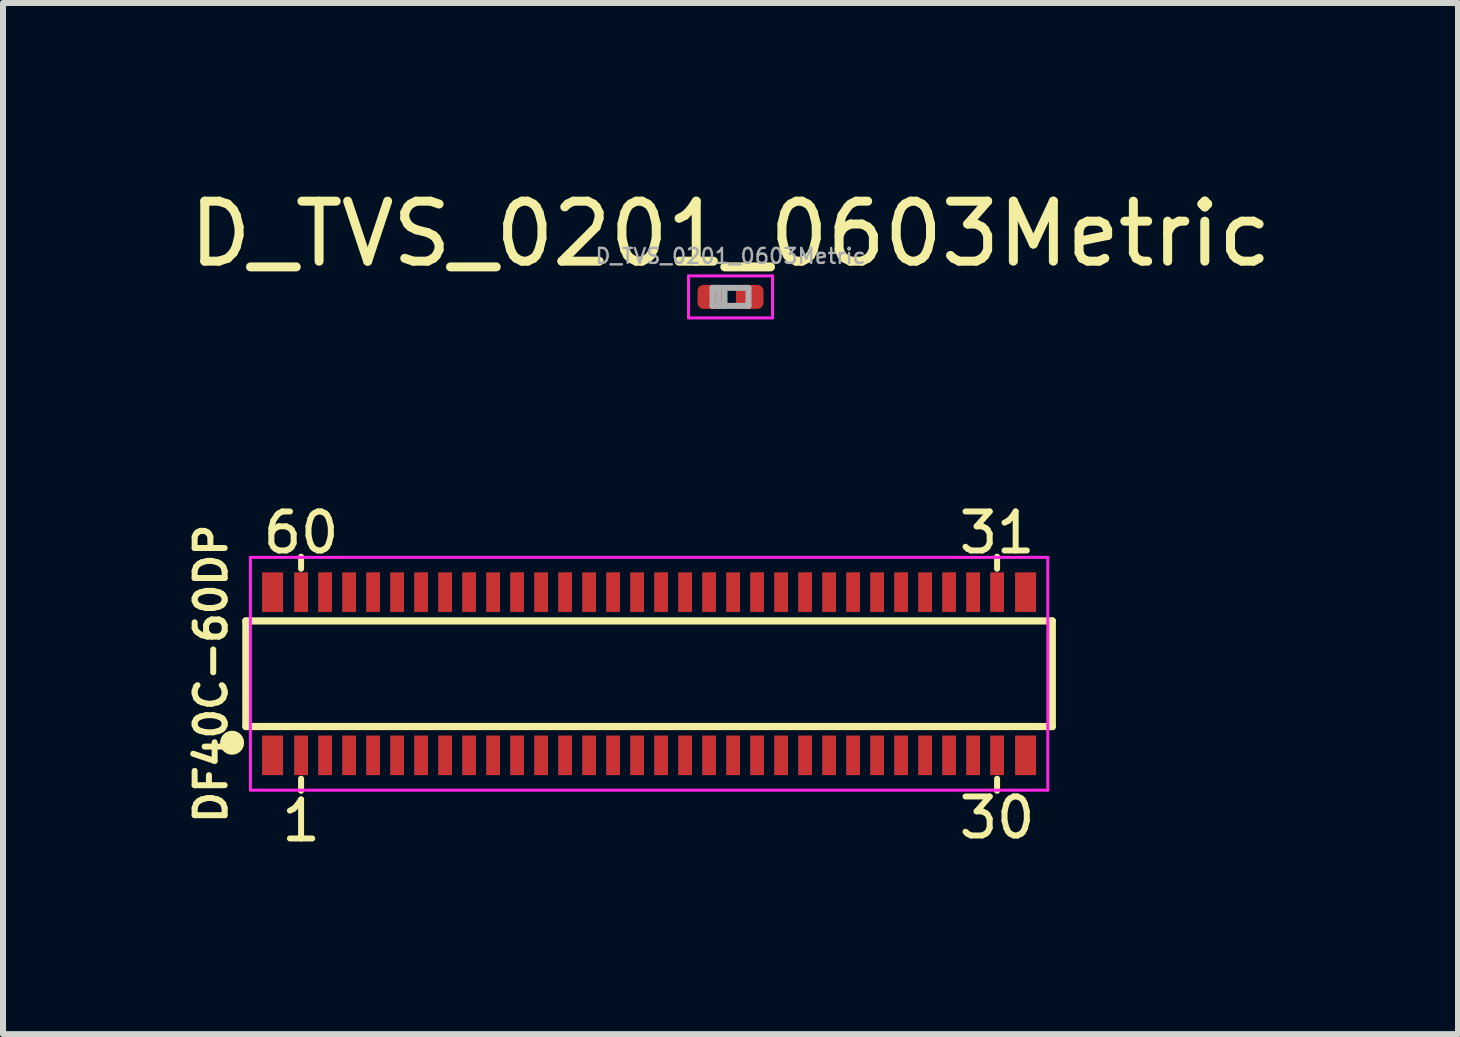
<source format=kicad_pcb>
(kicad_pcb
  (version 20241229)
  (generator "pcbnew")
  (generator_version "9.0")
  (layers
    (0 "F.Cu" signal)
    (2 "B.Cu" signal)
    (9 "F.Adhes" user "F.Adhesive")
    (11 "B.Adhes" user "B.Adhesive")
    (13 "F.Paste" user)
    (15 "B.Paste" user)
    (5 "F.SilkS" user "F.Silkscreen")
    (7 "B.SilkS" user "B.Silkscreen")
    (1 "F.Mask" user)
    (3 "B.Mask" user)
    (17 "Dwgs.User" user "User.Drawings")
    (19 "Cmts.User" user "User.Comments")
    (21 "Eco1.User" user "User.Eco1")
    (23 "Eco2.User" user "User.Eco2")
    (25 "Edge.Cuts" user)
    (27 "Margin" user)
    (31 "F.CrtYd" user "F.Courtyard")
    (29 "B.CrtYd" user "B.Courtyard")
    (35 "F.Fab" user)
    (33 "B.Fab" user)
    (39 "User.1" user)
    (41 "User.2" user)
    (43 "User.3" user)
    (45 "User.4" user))
  (footprint "D_TVS_0201_0603Metric"
    (layer "F.Cu")
    (at 9.125 1.898)
    (property "Reference" "D_TVS_0201_0603Metric" (at 0 -1.05 0) (layer "F.SilkS") (effects (font (size 1 1) (thickness 0.15))))
    (attr smd)
    (fp_line (start -0.7 -0.35) (end 0.7 -0.35) (stroke (width 0.05) (type solid)) (layer "F.CrtYd"))
    (fp_line (start -0.7 0.35) (end -0.7 -0.35) (stroke (width 0.05) (type solid)) (layer "F.CrtYd"))
    (fp_line (start 0.7 -0.35) (end 0.7 0.35) (stroke (width 0.05) (type solid)) (layer "F.CrtYd"))
    (fp_line (start 0.7 0.35) (end -0.7 0.35) (stroke (width 0.05) (type solid)) (layer "F.CrtYd"))
    (fp_line (start -0.3 -0.15) (end 0.3 -0.15) (stroke (width 0.1) (type solid)) (layer "F.Fab"))
    (fp_line (start -0.3 0.15) (end -0.3 -0.15) (stroke (width 0.1) (type solid)) (layer "F.Fab"))
    (fp_line (start -0.2 0.15) (end -0.2 -0.15) (stroke (width 0.1) (type solid)) (layer "F.Fab"))
    (fp_line (start -0.1 0.15) (end -0.1 -0.15) (stroke (width 0.1) (type solid)) (layer "F.Fab"))
    (fp_line (start 0.3 -0.15) (end 0.3 0.15) (stroke (width 0.1) (type solid)) (layer "F.Fab"))
    (fp_line (start 0.3 0.15) (end -0.3 0.15) (stroke (width 0.1) (type solid)) (layer "F.Fab"))
    (fp_text user "${REFERENCE}" (at 0 -0.68 0) (layer "F.Fab") (effects (font (size 0.25 0.25) (thickness 0.04))))
    (pad "" smd roundrect (at -0.345 0) (size 0.318 0.36) (layers "F.Paste") (roundrect_rratio 0.25))
    (pad "" smd roundrect (at 0.345 0) (size 0.318 0.36) (layers "F.Paste") (roundrect_rratio 0.25))
    (pad "1" smd roundrect (at -0.32 0) (size 0.46 0.4) (layers "F.Cu" "F.Mask") (roundrect_rratio 0.25))
    (pad "2" smd roundrect (at 0.32 0) (size 0.46 0.4) (layers "F.Cu" "F.Mask") (roundrect_rratio 0.25)))
  (footprint "DF40C-60DP"
    (layer "F.Cu")
    (at 7.768 8.179)
    (property "Reference" "DF40C-60DP" (at -7.3 0 270) (layer "F.SilkS") (effects (font (size 0.5 0.5) (thickness 0.1))))
    (attr smd)
    (fp_line (start -6.72 -0.88) (end 6.72 -0.88) (stroke (width 0.12) (type solid)) (layer "F.SilkS"))
    (fp_line (start -6.72 0.88) (end -6.72 -0.88) (stroke (width 0.12) (type solid)) (layer "F.SilkS"))
    (fp_line (start -5.8 -1.95) (end -5.8 -1.75) (stroke (width 0.1) (type solid)) (layer "F.SilkS"))
    (fp_line (start -5.8 1.75) (end -5.8 1.95) (stroke (width 0.1) (type solid)) (layer "F.SilkS"))
    (fp_line (start 5.8 -1.95) (end 5.8 -1.75) (stroke (width 0.1) (type solid)) (layer "F.SilkS"))
    (fp_line (start 5.8 1.75) (end 5.8 1.95) (stroke (width 0.1) (type solid)) (layer "F.SilkS"))
    (fp_line (start 6.72 -0.88) (end 6.72 0.88) (stroke (width 0.12) (type solid)) (layer "F.SilkS"))
    (fp_line (start 6.72 0.88) (end -6.72 0.88) (stroke (width 0.12) (type solid)) (layer "F.SilkS"))
    (fp_circle (center -6.95 1.15) (end -6.85 1.15) (stroke (width 0.2) (type solid)) (fill no) (layer "F.SilkS"))
    (fp_line (start -6.645 -1.94) (end 6.645 -1.94) (stroke (width 0.05) (type solid)) (layer "F.CrtYd"))
    (fp_line (start -6.645 1.94) (end -6.645 -1.94) (stroke (width 0.05) (type solid)) (layer "F.CrtYd"))
    (fp_line (start 6.645 -1.94) (end 6.645 1.94) (stroke (width 0.05) (type solid)) (layer "F.CrtYd"))
    (fp_line (start 6.645 1.94) (end -6.645 1.94) (stroke (width 0.05) (type solid)) (layer "F.CrtYd"))
    (fp_text user "1" (at -5.8 2.45 0) (layer "F.SilkS") (effects (font (size 0.65 0.65) (thickness 0.1))))
    (fp_text user "60" (at -5.8 -2.35 0) (layer "F.SilkS") (effects (font (size 0.65 0.65) (thickness 0.1))))
    (fp_text user "31" (at 5.8 -2.35 0) (layer "F.SilkS") (effects (font (size 0.65 0.65) (thickness 0.1))))
    (fp_text user "30" (at 5.8 2.4 0) (layer "F.SilkS") (effects (font (size 0.65 0.65) (thickness 0.1))))
    (pad "1" smd rect (at -5.8 1.36) (size 0.23 0.66) (layers "F.Cu" "F.Mask" "F.Paste"))
    (pad "2" smd rect (at -5.4 1.36) (size 0.23 0.66) (layers "F.Cu" "F.Mask" "F.Paste"))
    (pad "3" smd rect (at -5 1.36) (size 0.23 0.66) (layers "F.Cu" "F.Mask" "F.Paste"))
    (pad "4" smd rect (at -4.6 1.36) (size 0.23 0.66) (layers "F.Cu" "F.Mask" "F.Paste"))
    (pad "5" smd rect (at -4.2 1.36) (size 0.23 0.66) (layers "F.Cu" "F.Mask" "F.Paste"))
    (pad "6" smd rect (at -3.8 1.36) (size 0.23 0.66) (layers "F.Cu" "F.Mask" "F.Paste"))
    (pad "7" smd rect (at -3.4 1.36) (size 0.23 0.66) (layers "F.Cu" "F.Mask" "F.Paste"))
    (pad "8" smd rect (at -3 1.36) (size 0.23 0.66) (layers "F.Cu" "F.Mask" "F.Paste"))
    (pad "9" smd rect (at -2.6 1.36) (size 0.23 0.66) (layers "F.Cu" "F.Mask" "F.Paste"))
    (pad "10" smd rect (at -2.2 1.36) (size 0.23 0.66) (layers "F.Cu" "F.Mask" "F.Paste"))
    (pad "11" smd rect (at -1.8 1.36) (size 0.23 0.66) (layers "F.Cu" "F.Mask" "F.Paste"))
    (pad "12" smd rect (at -1.4 1.36) (size 0.23 0.66) (layers "F.Cu" "F.Mask" "F.Paste"))
    (pad "13" smd rect (at -1 1.36) (size 0.23 0.66) (layers "F.Cu" "F.Mask" "F.Paste"))
    (pad "14" smd rect (at -0.6 1.36) (size 0.23 0.66) (layers "F.Cu" "F.Mask" "F.Paste"))
    (pad "15" smd rect (at -0.2 1.36) (size 0.23 0.66) (layers "F.Cu" "F.Mask" "F.Paste"))
    (pad "16" smd rect (at 0.2 1.36) (size 0.23 0.66) (layers "F.Cu" "F.Mask" "F.Paste"))
    (pad "17" smd rect (at 0.6 1.36) (size 0.23 0.66) (layers "F.Cu" "F.Mask" "F.Paste"))
    (pad "18" smd rect (at 1 1.36) (size 0.23 0.66) (layers "F.Cu" "F.Mask" "F.Paste"))
    (pad "19" smd rect (at 1.4 1.36) (size 0.23 0.66) (layers "F.Cu" "F.Mask" "F.Paste"))
    (pad "20" smd rect (at 1.8 1.36) (size 0.23 0.66) (layers "F.Cu" "F.Mask" "F.Paste"))
    (pad "21" smd rect (at 2.2 1.36) (size 0.23 0.66) (layers "F.Cu" "F.Mask" "F.Paste"))
    (pad "22" smd rect (at 2.6 1.36) (size 0.23 0.66) (layers "F.Cu" "F.Mask" "F.Paste"))
    (pad "23" smd rect (at 3 1.36) (size 0.23 0.66) (layers "F.Cu" "F.Mask" "F.Paste"))
    (pad "24" smd rect (at 3.4 1.36) (size 0.23 0.66) (layers "F.Cu" "F.Mask" "F.Paste"))
    (pad "25" smd rect (at 3.8 1.36) (size 0.23 0.66) (layers "F.Cu" "F.Mask" "F.Paste"))
    (pad "26" smd rect (at 4.2 1.36) (size 0.23 0.66) (layers "F.Cu" "F.Mask" "F.Paste"))
    (pad "27" smd rect (at 4.6 1.36) (size 0.23 0.66) (layers "F.Cu" "F.Mask" "F.Paste"))
    (pad "28" smd rect (at 5 1.36) (size 0.23 0.66) (layers "F.Cu" "F.Mask" "F.Paste"))
    (pad "29" smd rect (at 5.4 1.36) (size 0.23 0.66) (layers "F.Cu" "F.Mask" "F.Paste"))
    (pad "30" smd rect (at 5.8 1.36) (size 0.23 0.66) (layers "F.Cu" "F.Mask" "F.Paste"))
    (pad "31" smd rect (at 5.8 -1.36) (size 0.23 0.66) (layers "F.Cu" "F.Mask" "F.Paste"))
    (pad "32" smd rect (at 5.4 -1.36) (size 0.23 0.66) (layers "F.Cu" "F.Mask" "F.Paste"))
    (pad "33" smd rect (at 5 -1.36) (size 0.23 0.66) (layers "F.Cu" "F.Mask" "F.Paste"))
    (pad "34" smd rect (at 4.6 -1.36) (size 0.23 0.66) (layers "F.Cu" "F.Mask" "F.Paste"))
    (pad "35" smd rect (at 4.2 -1.36) (size 0.23 0.66) (layers "F.Cu" "F.Mask" "F.Paste"))
    (pad "36" smd rect (at 3.8 -1.36) (size 0.23 0.66) (layers "F.Cu" "F.Mask" "F.Paste"))
    (pad "37" smd rect (at 3.4 -1.36) (size 0.23 0.66) (layers "F.Cu" "F.Mask" "F.Paste"))
    (pad "38" smd rect (at 3 -1.36) (size 0.23 0.66) (layers "F.Cu" "F.Mask" "F.Paste"))
    (pad "39" smd rect (at 2.6 -1.36) (size 0.23 0.66) (layers "F.Cu" "F.Mask" "F.Paste"))
    (pad "40" smd rect (at 2.2 -1.36) (size 0.23 0.66) (layers "F.Cu" "F.Mask" "F.Paste"))
    (pad "41" smd rect (at 1.8 -1.36) (size 0.23 0.66) (layers "F.Cu" "F.Mask" "F.Paste"))
    (pad "42" smd rect (at 1.4 -1.36) (size 0.23 0.66) (layers "F.Cu" "F.Mask" "F.Paste"))
    (pad "43" smd rect (at 1 -1.36) (size 0.23 0.66) (layers "F.Cu" "F.Mask" "F.Paste"))
    (pad "44" smd rect (at 0.6 -1.36) (size 0.23 0.66) (layers "F.Cu" "F.Mask" "F.Paste"))
    (pad "45" smd rect (at 0.2 -1.36) (size 0.23 0.66) (layers "F.Cu" "F.Mask" "F.Paste"))
    (pad "46" smd rect (at -0.2 -1.36) (size 0.23 0.66) (layers "F.Cu" "F.Mask" "F.Paste"))
    (pad "47" smd rect (at -0.6 -1.36) (size 0.23 0.66) (layers "F.Cu" "F.Mask" "F.Paste"))
    (pad "48" smd rect (at -1 -1.36) (size 0.23 0.66) (layers "F.Cu" "F.Mask" "F.Paste"))
    (pad "49" smd rect (at -1.4 -1.36) (size 0.23 0.66) (layers "F.Cu" "F.Mask" "F.Paste"))
    (pad "50" smd rect (at -1.8 -1.36) (size 0.23 0.66) (layers "F.Cu" "F.Mask" "F.Paste"))
    (pad "51" smd rect (at -2.2 -1.36) (size 0.23 0.66) (layers "F.Cu" "F.Mask" "F.Paste"))
    (pad "52" smd rect (at -2.6 -1.36) (size 0.23 0.66) (layers "F.Cu" "F.Mask" "F.Paste"))
    (pad "53" smd rect (at -3 -1.36) (size 0.23 0.66) (layers "F.Cu" "F.Mask" "F.Paste"))
    (pad "54" smd rect (at -3.4 -1.36) (size 0.23 0.66) (layers "F.Cu" "F.Mask" "F.Paste"))
    (pad "55" smd rect (at -3.8 -1.36) (size 0.23 0.66) (layers "F.Cu" "F.Mask" "F.Paste"))
    (pad "56" smd rect (at -4.2 -1.36) (size 0.23 0.66) (layers "F.Cu" "F.Mask" "F.Paste"))
    (pad "57" smd rect (at -4.6 -1.36) (size 0.23 0.66) (layers "F.Cu" "F.Mask" "F.Paste"))
    (pad "58" smd rect (at -5 -1.36) (size 0.23 0.66) (layers "F.Cu" "F.Mask" "F.Paste"))
    (pad "59" smd rect (at -5.4 -1.36) (size 0.23 0.66) (layers "F.Cu" "F.Mask" "F.Paste"))
    (pad "60" smd rect (at -5.8 -1.36) (size 0.23 0.66) (layers "F.Cu" "F.Mask" "F.Paste"))
    (pad "MP" smd rect (at -6.275 -1.36) (size 0.35 0.66) (layers "F.Cu" "F.Mask" "F.Paste"))
    (pad "MP" smd rect (at -6.275 1.36) (size 0.35 0.66) (layers "F.Cu" "F.Mask" "F.Paste"))
    (pad "MP" smd rect (at 6.275 -1.36) (size 0.35 0.66) (layers "F.Cu" "F.Mask" "F.Paste"))
    (pad "MP" smd rect (at 6.275 1.36) (size 0.35 0.66) (layers "F.Cu" "F.Mask" "F.Paste")))
  (gr_rect
    (start -3 -3)
    (end 21.25 14.185)
    (stroke (width 0.1) (type default))
    (fill no)
    (layer "Edge.Cuts")))
</source>
